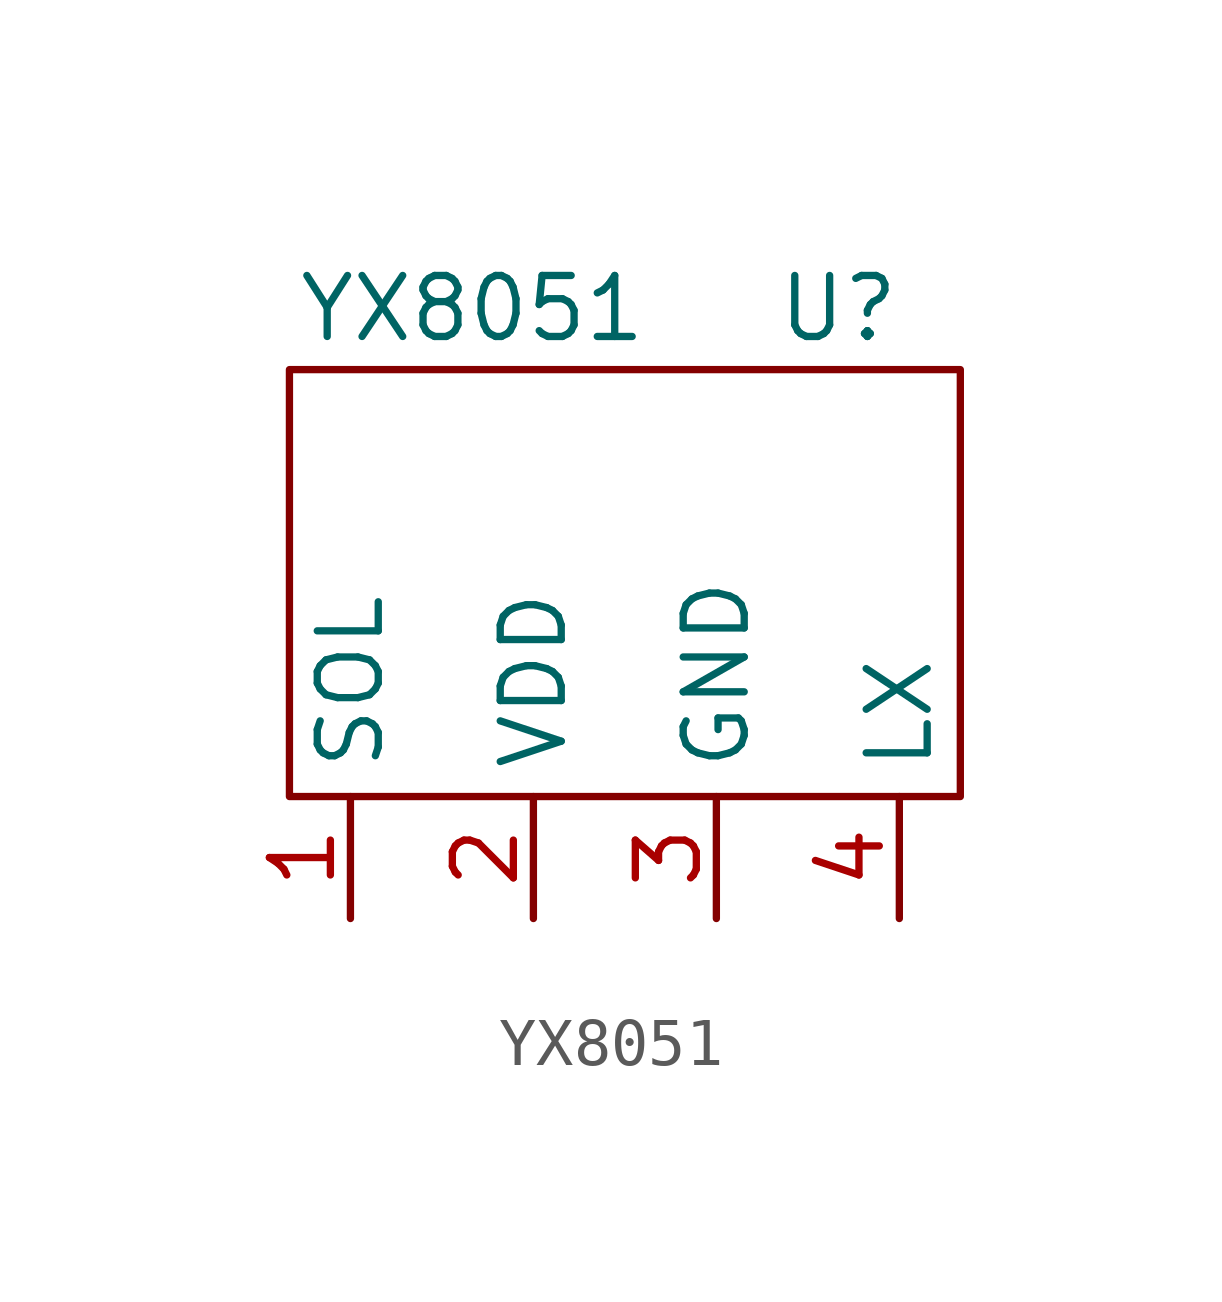
<source format=kicad_sym>
(kicad_symbol_lib
  (version 20220914)
  (generator kicad_symbol_editor)
  (symbol "YX8051"
    (property "Reference" "U"
      (at 3.81 3.81 0)
      (effects (font (size 1.27 1.27))))
    (property "Value" "YX8051"
      (at -3.81 3.81 0)
      (effects (font (size 1.27 1.27))))
    (symbol "YX8051_0_1"
      (polyline (pts (xy -7.62 2.54) (xy 6.35 2.54) (xy 6.35 -6.35) (xy -7.62 -6.35) (xy -7.62 -1.27) (xy -7.62 2.54)) (stroke (width 0) (type default)) (fill (type none))))
    (symbol "YX8051_1_1"
      (pin input line (at -6.35 -8.89 90) (length 2.54) (name "SOL" (effects (font (size 1.27 1.27)))) (number "1" (effects (font (size 1.27 1.27)))))
      (pin input line (at -2.54 -8.89 90) (length 2.54) (name "VDD" (effects (font (size 1.27 1.27)))) (number "2" (effects (font (size 1.27 1.27)))))
      (pin input line (at 1.27 -8.89 90) (length 2.54) (name "GND" (effects (font (size 1.27 1.27)))) (number "3" (effects (font (size 1.27 1.27)))))
      (pin input line (at 5.08 -8.89 90) (length 2.54) (name "LX" (effects (font (size 1.27 1.27)))) (number "4" (effects (font (size 1.27 1.27))))))))
</source>
